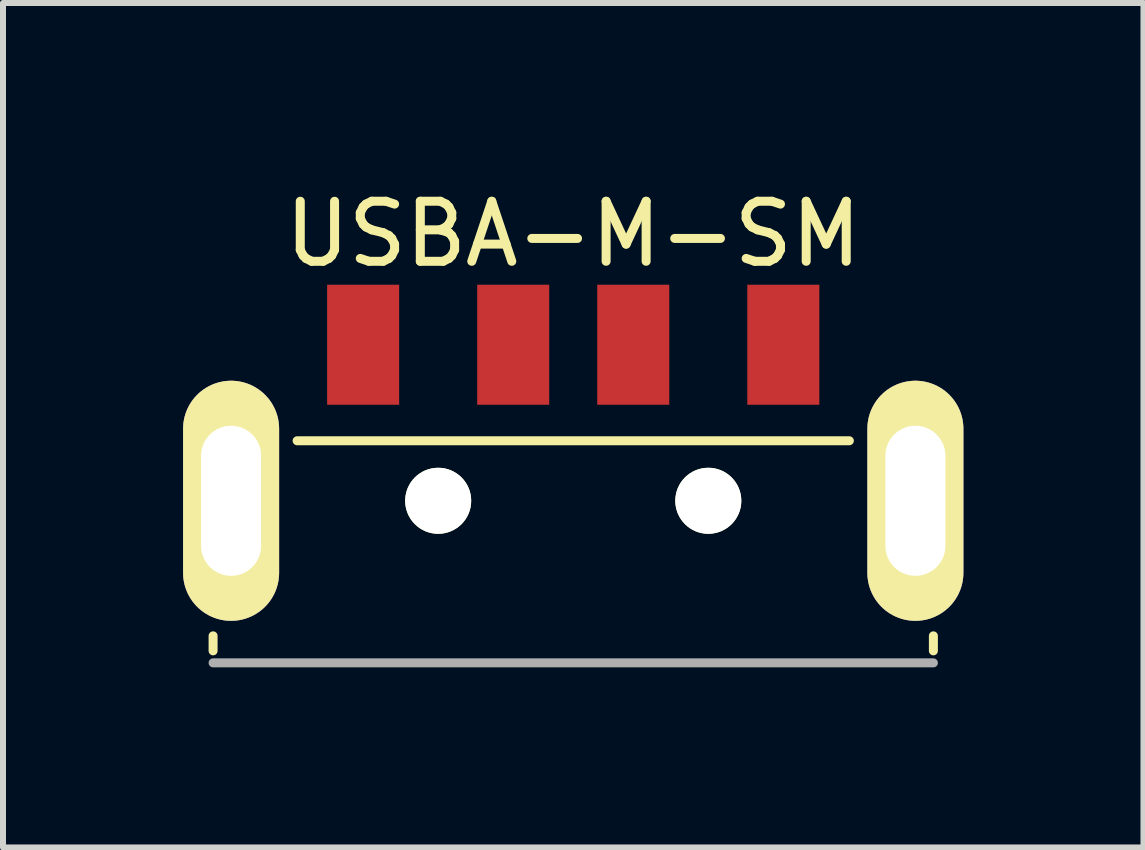
<source format=kicad_pcb>
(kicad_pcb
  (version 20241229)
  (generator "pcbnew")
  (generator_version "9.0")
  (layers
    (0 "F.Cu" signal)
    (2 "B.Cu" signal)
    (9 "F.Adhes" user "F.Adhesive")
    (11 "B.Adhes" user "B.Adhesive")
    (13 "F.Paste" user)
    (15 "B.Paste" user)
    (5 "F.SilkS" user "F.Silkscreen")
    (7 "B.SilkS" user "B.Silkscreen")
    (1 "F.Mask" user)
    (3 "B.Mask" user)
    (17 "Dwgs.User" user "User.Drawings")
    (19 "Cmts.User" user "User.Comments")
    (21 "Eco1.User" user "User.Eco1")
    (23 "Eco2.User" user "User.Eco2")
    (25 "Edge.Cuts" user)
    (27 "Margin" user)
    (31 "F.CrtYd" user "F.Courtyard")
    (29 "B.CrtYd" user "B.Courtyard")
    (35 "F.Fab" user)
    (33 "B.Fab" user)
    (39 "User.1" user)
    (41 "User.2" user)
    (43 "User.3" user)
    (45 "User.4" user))
  (footprint "USBA-M-SM"
    (layer "F.Cu")
    (at 6.5 5.293)
    (property "Reference" "USBA-M-SM" (at 0 -4.445 0) (layer "F.SilkS") (effects (font (size 1 1) (thickness 0.15))))
    (attr through_hole)
    (fp_line (start -6 2.5) (end -6 2.25) (stroke (width 0.15) (type solid)) (layer "F.SilkS"))
    (fp_line (start -4.6 -1) (end 4.6 -1) (stroke (width 0.15) (type solid)) (layer "F.SilkS"))
    (fp_line (start 6 2.5) (end 6 2.25) (stroke (width 0.15) (type solid)) (layer "F.SilkS"))
    (fp_line (start -6 2.7) (end 6 2.7) (stroke (width 0.15) (type solid)) (layer "F.Fab"))
    (pad "" np_thru_hole circle (at -2.25 0) (size 1.1 1.1) (drill 1.1) (layers "*.Cu" "*.Mask" "F.SilkS"))
    (pad "" np_thru_hole circle (at 2.25 0) (size 1.1 1.1) (drill 1.1) (layers "*.Cu" "*.Mask" "F.SilkS"))
    (pad "1" smd rect (at 3.5 -2.6) (size 1.2 2) (layers "F.Cu" "F.Mask" "F.Paste"))
    (pad "2" smd rect (at 1 -2.6) (size 1.2 2) (layers "F.Cu" "F.Mask" "F.Paste"))
    (pad "3" smd rect (at -1 -2.6) (size 1.2 2) (layers "F.Cu" "F.Mask" "F.Paste"))
    (pad "4" smd rect (at -3.5 -2.6) (size 1.2 2) (layers "F.Cu" "F.Mask" "F.Paste"))
    (pad "5" thru_hole oval (at -5.7 0) (size 1.6 4) (drill oval 1 2.5) (layers "*.Cu" "*.Mask" "F.SilkS"))
    (pad "5" thru_hole oval (at 5.7 0) (size 1.6 4) (drill oval 1 2.5) (layers "*.Cu" "*.Mask" "F.SilkS")))
  (gr_rect
    (start -3 -3)
    (end 16 11.068)
    (stroke (width 0.1) (type default))
    (fill no)
    (layer "Edge.Cuts")))
</source>
